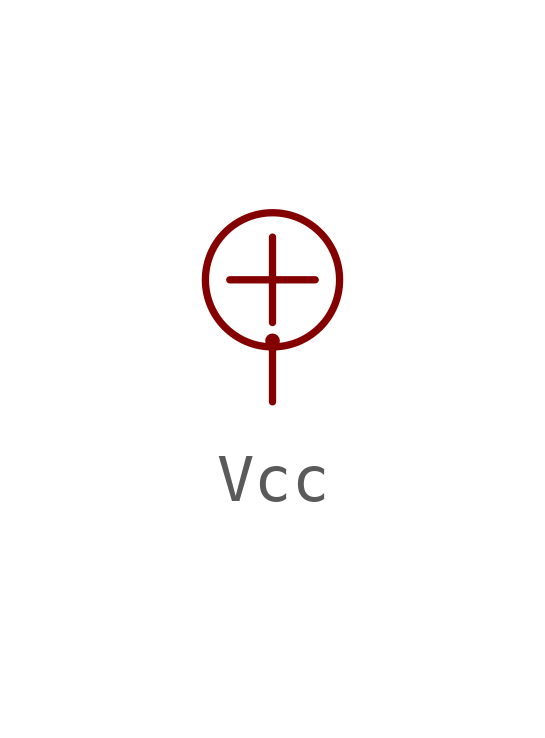
<source format=kicad_sym>
(kicad_symbol_lib
  (version 20220914)
  (generator kicad_symbol_editor)
  (symbol "Vcc"
    (pin_names
      (offset 1.016))
    (property "Reference" "Vcc"
      (at 5.08 1.27 0)
      (effects (font (size 2.54 2.54)) hide))
    (symbol "Vcc_0_1"
      (polyline (pts (xy -0.889 2.54) (xy 0.889 2.54)) (stroke (width 0) (type default)) (fill (type none)))
      (polyline (pts (xy 0 3.429) (xy 0 1.651)) (stroke (width 0) (type default)) (fill (type none)))
      (circle (center 0 1.27) (radius 0.0001) (stroke (width 0) (type default)) (fill (type none)))
      (circle (center 0 2.54) (radius 1.397) (stroke (width 0) (type default)) (fill (type none))))
    (symbol "Vcc_1_1"
      (pin power_out line (at 0 0 90) (length 1.143) (name "" (effects (font (size 1.27 1.27)))) (number "" (effects (font (size 1.143 1.143))))))))
</source>
